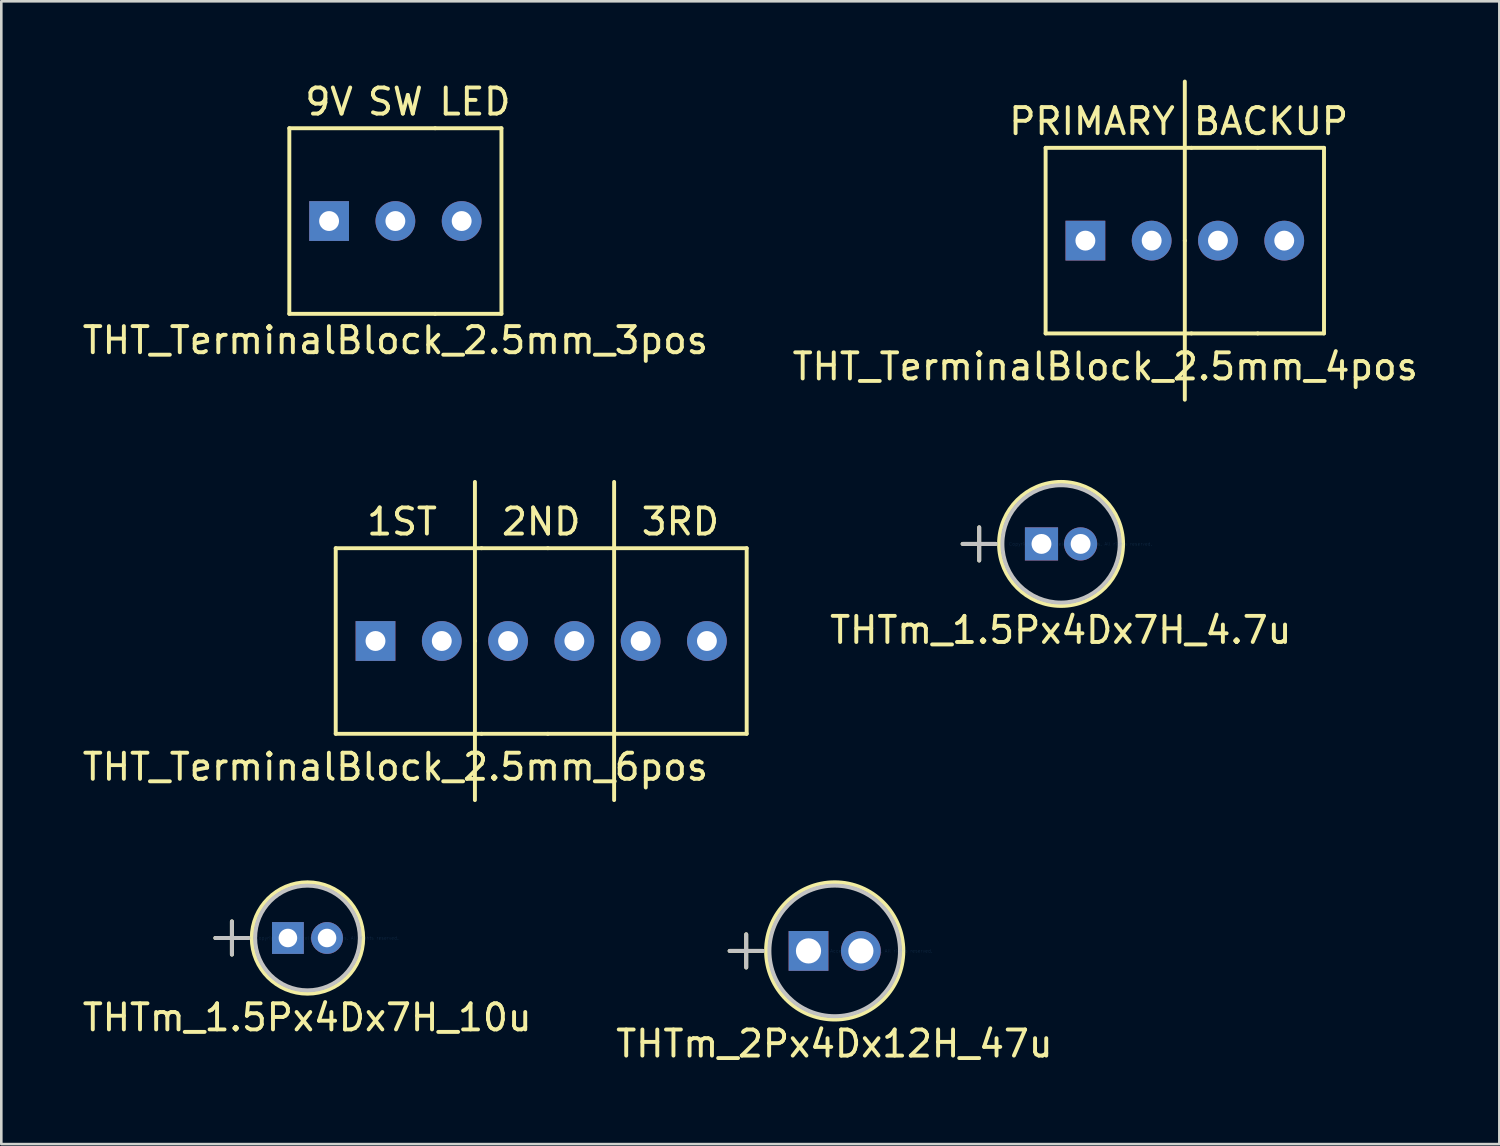
<source format=kicad_pcb>
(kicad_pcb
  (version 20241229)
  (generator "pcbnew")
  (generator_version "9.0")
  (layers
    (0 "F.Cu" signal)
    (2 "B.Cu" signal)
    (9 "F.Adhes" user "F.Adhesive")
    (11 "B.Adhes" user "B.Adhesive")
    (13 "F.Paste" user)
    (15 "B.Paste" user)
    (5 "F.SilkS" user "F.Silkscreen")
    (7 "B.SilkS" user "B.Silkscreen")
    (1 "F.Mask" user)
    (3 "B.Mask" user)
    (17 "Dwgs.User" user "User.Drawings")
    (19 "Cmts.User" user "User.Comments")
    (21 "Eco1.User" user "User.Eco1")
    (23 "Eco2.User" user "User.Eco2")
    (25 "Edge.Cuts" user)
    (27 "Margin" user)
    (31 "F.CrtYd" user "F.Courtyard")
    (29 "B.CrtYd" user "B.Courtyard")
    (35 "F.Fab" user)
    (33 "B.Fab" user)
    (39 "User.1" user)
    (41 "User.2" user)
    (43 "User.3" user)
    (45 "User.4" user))
  (footprint "THT_TerminalBlock_2.5mm_3pos"
    (layer "F.Cu")
    (at 9.561 5.42)
    (property "Reference" "THT_TerminalBlock_2.5mm_3pos" (at 2.54 4.572 0) (layer "F.SilkS") (effects (font (size 1 1) (thickness 0.15))))
    (attr through_hole)
    (fp_line (start -1.524 3.556) (end -1.524 -3.556) (stroke (width 0.15) (type solid)) (layer "F.SilkS"))
    (fp_line (start -1.524 3.556) (end 4.064 3.556) (stroke (width 0.15) (type solid)) (layer "F.SilkS"))
    (fp_line (start 4.064 -3.556) (end -1.524 -3.556) (stroke (width 0.15) (type solid)) (layer "F.SilkS"))
    (fp_line (start 4.064 -3.556) (end 6.604 -3.556) (stroke (width 0.15) (type solid)) (layer "F.SilkS"))
    (fp_line (start 6.604 -3.556) (end 6.604 3.556) (stroke (width 0.15) (type solid)) (layer "F.SilkS"))
    (fp_line (start 6.604 3.556) (end 4.064 3.556) (stroke (width 0.15) (type solid)) (layer "F.SilkS"))
    (fp_text user "LED" (at 5.588 -4.572 0) (layer "F.SilkS") (effects (font (size 1 1) (thickness 0.15))))
    (fp_text user "SW" (at 2.54 -4.572 180) (layer "F.SilkS") (effects (font (size 1 1) (thickness 0.15))))
    (fp_text user "9V" (at 0 -4.572 0) (layer "F.SilkS") (effects (font (size 1 1) (thickness 0.15))))
    (pad "1" thru_hole rect (at 0 0) (size 1.524 1.524) (drill 0.762) (layers "*.Cu" "*.Mask"))
    (pad "2" thru_hole circle (at 2.54 0) (size 1.524 1.524) (drill 0.762) (layers "*.Cu" "*.Mask"))
    (pad "3" thru_hole circle (at 5.08 0) (size 1.524 1.524) (drill 0.762) (layers "*.Cu" "*.Mask")))
  (footprint "THT_TerminalBlock_2.5mm_4pos"
    (layer "F.Cu")
    (at 38.542 6.171)
    (property "Reference" "THT_TerminalBlock_2.5mm_4pos" (at 0.762 4.826 0) (layer "F.SilkS") (effects (font (size 1 1) (thickness 0.15))))
    (attr through_hole)
    (fp_line (start -1.524 3.556) (end -1.524 -3.556) (stroke (width 0.15) (type solid)) (layer "F.SilkS"))
    (fp_line (start -1.524 3.556) (end 4.064 3.556) (stroke (width 0.15) (type solid)) (layer "F.SilkS"))
    (fp_line (start 3.81 0) (end 3.81 -6.096) (stroke (width 0.15) (type solid)) (layer "F.SilkS"))
    (fp_line (start 3.81 0) (end 3.81 6.096) (stroke (width 0.15) (type solid)) (layer "F.SilkS"))
    (fp_line (start 4.064 -3.556) (end -1.524 -3.556) (stroke (width 0.15) (type solid)) (layer "F.SilkS"))
    (fp_line (start 4.064 -3.556) (end 6.604 -3.556) (stroke (width 0.15) (type solid)) (layer "F.SilkS"))
    (fp_line (start 6.604 -3.556) (end 9.144 -3.556) (stroke (width 0.15) (type solid)) (layer "F.SilkS"))
    (fp_line (start 6.604 3.556) (end 4.064 3.556) (stroke (width 0.15) (type solid)) (layer "F.SilkS"))
    (fp_line (start 9.144 -3.556) (end 9.144 3.556) (stroke (width 0.15) (type solid)) (layer "F.SilkS"))
    (fp_line (start 9.144 3.556) (end 6.604 3.556) (stroke (width 0.15) (type solid)) (layer "F.SilkS"))
    (fp_text user "BACKUP" (at 7.112 -4.572 0) (layer "F.SilkS") (effects (font (size 1 1) (thickness 0.15))))
    (fp_text user "PRIMARY" (at 0.254 -4.572 0) (layer "F.SilkS") (effects (font (size 1 1) (thickness 0.15))))
    (pad "1" thru_hole rect (at 0 0) (size 1.524 1.524) (drill 0.762) (layers "*.Cu" "*.Mask"))
    (pad "2" thru_hole circle (at 2.54 0) (size 1.524 1.524) (drill 0.762) (layers "*.Cu" "*.Mask"))
    (pad "3" thru_hole circle (at 5.08 0) (size 1.524 1.524) (drill 0.762) (layers "*.Cu" "*.Mask"))
    (pad "4" thru_hole circle (at 7.62 0) (size 1.524 1.524) (drill 0.762) (layers "*.Cu" "*.Mask")))
  (footprint "THTm_1.5Px4Dx7H_4.7u"
    (layer "F.Cu")
    (at 37.597 17.793)
    (property "Reference" "THTm_1.5Px4Dx7H_4.7u" (at 0 3.302 0) (layer "F.SilkS") (effects (font (size 1 1) (thickness 0.15))))
    (attr through_hole)
    (fp_line (start -3.759 0) (end -2.489 0) (stroke (width 0.152) (type solid)) (layer "F.SilkS"))
    (fp_line (start -3.124 -0.635) (end -3.124 0.635) (stroke (width 0.152) (type solid)) (layer "F.SilkS"))
    (fp_circle (center 0.013 0) (end 2.388 0) (stroke (width 0.152) (type solid)) (fill no) (layer "F.SilkS"))
    (fp_line (start -3.759 0) (end -2.489 0) (stroke (width 0.152) (type solid)) (layer "Dwgs.User"))
    (fp_line (start -3.124 -0.635) (end -3.124 0.635) (stroke (width 0.152) (type solid)) (layer "Dwgs.User"))
    (fp_circle (center 0.013 0) (end 2.261 0) (stroke (width 0.152) (type solid)) (fill no) (layer "Dwgs.User"))
    (fp_text user "Copyright 2016 Accelerated Designs. All rights reserved." (at 0.762 0 0) (layer "Cmts.User") (effects (font (size 0.127 0.127) (thickness 0.002))))
    (pad "1" thru_hole rect (at -0.737 0) (size 1.27 1.27) (drill 0.762) (layers "*.Cu" "*.Mask"))
    (pad "2" thru_hole circle (at 0.762 0) (size 1.27 1.27) (drill 0.762) (layers "*.Cu" "*.Mask")))
  (footprint "THT_TerminalBlock_2.5mm_6pos"
    (layer "F.Cu")
    (at 11.339 21.513)
    (property "Reference" "THT_TerminalBlock_2.5mm_6pos" (at 0.762 4.826 0) (layer "F.SilkS") (effects (font (size 1 1) (thickness 0.15))))
    (attr through_hole)
    (fp_line (start -1.524 3.556) (end -1.524 -3.556) (stroke (width 0.15) (type solid)) (layer "F.SilkS"))
    (fp_line (start -1.524 3.556) (end 4.064 3.556) (stroke (width 0.15) (type solid)) (layer "F.SilkS"))
    (fp_line (start 3.81 0) (end 3.81 -6.096) (stroke (width 0.15) (type solid)) (layer "F.SilkS"))
    (fp_line (start 3.81 0) (end 3.81 6.096) (stroke (width 0.15) (type solid)) (layer "F.SilkS"))
    (fp_line (start 4.064 -3.556) (end -1.524 -3.556) (stroke (width 0.15) (type solid)) (layer "F.SilkS"))
    (fp_line (start 4.064 -3.556) (end 6.604 -3.556) (stroke (width 0.15) (type solid)) (layer "F.SilkS"))
    (fp_line (start 6.604 -3.556) (end 9.144 -3.556) (stroke (width 0.15) (type solid)) (layer "F.SilkS"))
    (fp_line (start 6.604 3.556) (end 4.064 3.556) (stroke (width 0.15) (type solid)) (layer "F.SilkS"))
    (fp_line (start 9.144 -3.556) (end 9.144 -6.096) (stroke (width 0.15) (type solid)) (layer "F.SilkS"))
    (fp_line (start 9.144 -3.556) (end 9.144 3.556) (stroke (width 0.15) (type solid)) (layer "F.SilkS"))
    (fp_line (start 9.144 -3.556) (end 14.224 -3.556) (stroke (width 0.15) (type solid)) (layer "F.SilkS"))
    (fp_line (start 9.144 3.556) (end 6.604 3.556) (stroke (width 0.15) (type solid)) (layer "F.SilkS"))
    (fp_line (start 9.144 3.556) (end 9.144 6.096) (stroke (width 0.15) (type solid)) (layer "F.SilkS"))
    (fp_line (start 14.224 -3.556) (end 14.224 3.556) (stroke (width 0.15) (type solid)) (layer "F.SilkS"))
    (fp_line (start 14.224 3.556) (end 9.144 3.556) (stroke (width 0.15) (type solid)) (layer "F.SilkS"))
    (fp_text user "1ST" (at 1.016 -4.572 0) (layer "F.SilkS") (effects (font (size 1 1) (thickness 0.15))))
    (fp_text user "2ND" (at 6.35 -4.572 0) (layer "F.SilkS") (effects (font (size 1 1) (thickness 0.15))))
    (fp_text user "3RD" (at 11.684 -4.572 0) (layer "F.SilkS") (effects (font (size 1 1) (thickness 0.15))))
    (pad "1" thru_hole rect (at 0 0) (size 1.524 1.524) (drill 0.762) (layers "*.Cu" "*.Mask"))
    (pad "2" thru_hole circle (at 2.54 0) (size 1.524 1.524) (drill 0.762) (layers "*.Cu" "*.Mask"))
    (pad "3" thru_hole circle (at 5.08 0) (size 1.524 1.524) (drill 0.762) (layers "*.Cu" "*.Mask"))
    (pad "4" thru_hole circle (at 7.62 0) (size 1.524 1.524) (drill 0.762) (layers "*.Cu" "*.Mask"))
    (pad "5" thru_hole circle (at 10.16 0) (size 1.524 1.524) (drill 0.762) (layers "*.Cu" "*.Mask"))
    (pad "6" thru_hole circle (at 12.7 0) (size 1.524 1.524) (drill 0.762) (layers "*.Cu" "*.Mask")))
  (footprint "THTm_2Px4Dx12H_47u"
    (layer "F.Cu")
    (at 28.923 33.389)
    (property "Reference" "THTm_2Px4Dx12H_47u" (at 0 3.556 0) (layer "F.SilkS") (effects (font (size 1 1) (thickness 0.15))))
    (attr through_hole)
    (fp_line (start -4.013 0) (end -2.743 0) (stroke (width 0.152) (type solid)) (layer "F.SilkS"))
    (fp_line (start -3.378 -0.635) (end -3.378 0.635) (stroke (width 0.152) (type solid)) (layer "F.SilkS"))
    (fp_circle (center 0.013 0) (end 2.642 0) (stroke (width 0.152) (type solid)) (fill no) (layer "F.SilkS"))
    (fp_line (start -4.013 0) (end -2.743 0) (stroke (width 0.152) (type solid)) (layer "Dwgs.User"))
    (fp_line (start -3.378 -0.635) (end -3.378 0.635) (stroke (width 0.152) (type solid)) (layer "Dwgs.User"))
    (fp_circle (center 0.013 0) (end 2.515 0) (stroke (width 0.152) (type solid)) (fill no) (layer "Dwgs.User"))
    (fp_text user "Copyright 2016 Accelerated Designs. All rights reserved." (at 1.016 0 0) (layer "Cmts.User") (effects (font (size 0.127 0.127) (thickness 0.002))))
    (pad "1" thru_hole rect (at -0.991 0) (size 1.524 1.524) (drill 0.965) (layers "*.Cu" "*.Mask"))
    (pad "2" thru_hole circle (at 1.016 0) (size 1.524 1.524) (drill 0.965) (layers "*.Cu" "*.Mask")))
  (footprint "THTm_1.5Px4Dx7H_10u"
    (layer "F.Cu")
    (at 8.72 32.894)
    (property "Reference" "THTm_1.5Px4Dx7H_10u" (at 0 3.048 0) (layer "F.SilkS") (effects (font (size 1 1) (thickness 0.15))))
    (attr through_hole)
    (fp_line (start -3.518 0) (end -2.248 0) (stroke (width 0.152) (type solid)) (layer "F.SilkS"))
    (fp_line (start -2.883 -0.635) (end -2.883 0.635) (stroke (width 0.152) (type solid)) (layer "F.SilkS"))
    (fp_circle (center 0.013 0) (end 2.146 0) (stroke (width 0.152) (type solid)) (fill no) (layer "F.SilkS"))
    (fp_line (start -3.518 0) (end -2.248 0) (stroke (width 0.152) (type solid)) (layer "Dwgs.User"))
    (fp_line (start -2.883 -0.635) (end -2.883 0.635) (stroke (width 0.152) (type solid)) (layer "Dwgs.User"))
    (fp_circle (center 0.013 0) (end 2.019 0) (stroke (width 0.152) (type solid)) (fill no) (layer "Dwgs.User"))
    (fp_text user "Copyright 2016 Accelerated Designs. All rights reserved." (at 0.762 0 0) (layer "Cmts.User") (effects (font (size 0.127 0.127) (thickness 0.002))))
    (pad "1" thru_hole rect (at -0.737 0) (size 1.219 1.219) (drill 0.711) (layers "*.Cu" "*.Mask"))
    (pad "2" thru_hole circle (at 0.762 0) (size 1.219 1.219) (drill 0.711) (layers "*.Cu" "*.Mask")))
  (gr_rect
    (start -3 -3)
    (end 54.405 40.793)
    (stroke (width 0.1) (type default))
    (fill no)
    (layer "Edge.Cuts")))
</source>
